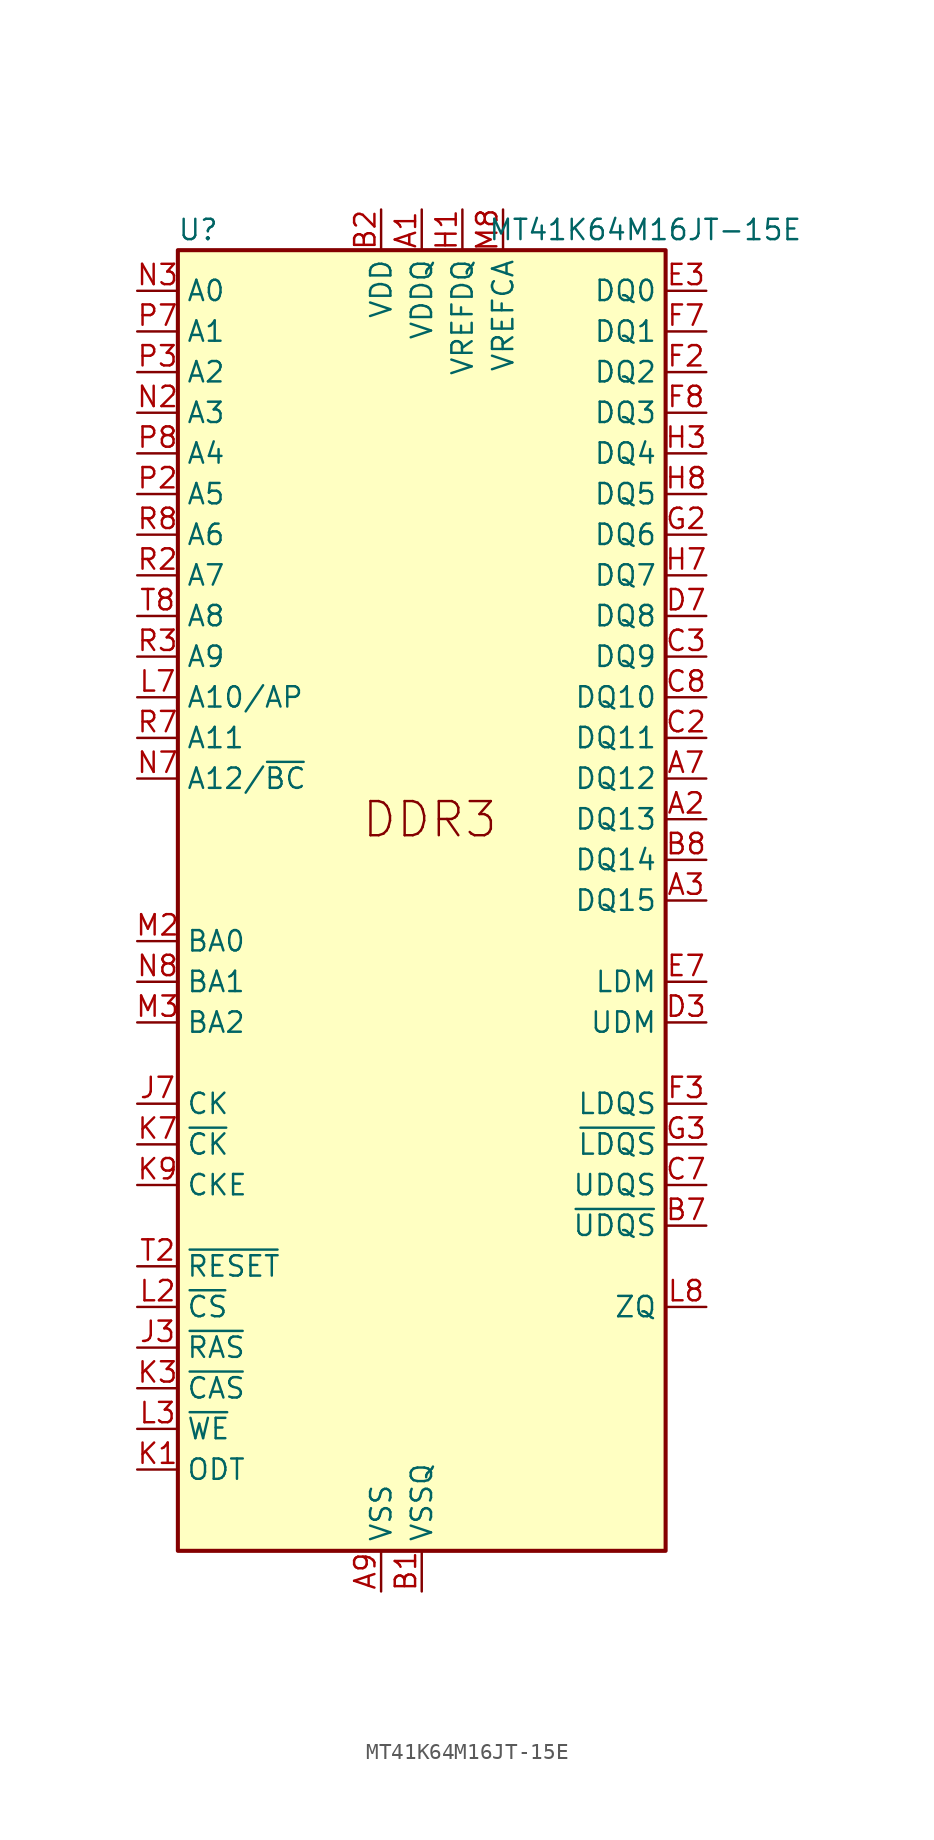
<source format=kicad_sym>
(kicad_symbol_lib
  (version 20220914)
  (generator kicad_symbol_editor)
  (symbol "MT41K64M16JT-15E"
    (property "Reference" "U"
      (at -13.97 41.91 0)
      (effects (font (size 1.27 1.27))))
    (property "Value" "MT41K64M16JT-15E"
      (at 13.97 41.91 0)
      (effects (font (size 1.27 1.27))))
    (symbol "MT41K64M16JT-15E_0_1"
      (rectangle (start -15.24 40.64) (end 15.24 -40.64) (stroke (width 0.254) (type default)) (fill (type background)))
      (pin power_in line (at 0 43.18 270) (length 2.54) (name "VDDQ" (effects (font (size 1.27 1.27)))) (number "A1" (effects (font (size 1.27 1.27)))))
      (pin passive line (at 0 43.18 270) (length 2.54) hide (name "VDDQ" (effects (font (size 1.27 1.27)))) (number "A8" (effects (font (size 1.27 1.27)))))
      (pin power_in line (at -2.54 -43.18 90) (length 2.54) (name "VSS" (effects (font (size 1.27 1.27)))) (number "A9" (effects (font (size 1.27 1.27)))))
      (pin power_in line (at 0 -43.18 90) (length 2.54) (name "VSSQ" (effects (font (size 1.27 1.27)))) (number "B1" (effects (font (size 1.27 1.27)))))
      (pin power_in line (at -2.54 43.18 270) (length 2.54) (name "VDD" (effects (font (size 1.27 1.27)))) (number "B2" (effects (font (size 1.27 1.27)))))
      (pin passive line (at -2.54 -43.18 90) (length 2.54) hide (name "VSS" (effects (font (size 1.27 1.27)))) (number "B3" (effects (font (size 1.27 1.27)))))
      (pin passive line (at 0 -43.18 90) (length 2.54) hide (name "VSSQ" (effects (font (size 1.27 1.27)))) (number "B9" (effects (font (size 1.27 1.27)))))
      (pin passive line (at 0 43.18 270) (length 2.54) hide (name "VDDQ" (effects (font (size 1.27 1.27)))) (number "C1" (effects (font (size 1.27 1.27)))))
      (pin passive line (at 0 43.18 270) (length 2.54) hide (name "VDDQ" (effects (font (size 1.27 1.27)))) (number "C9" (effects (font (size 1.27 1.27)))))
      (pin passive line (at 0 -43.18 90) (length 2.54) hide (name "VSSQ" (effects (font (size 1.27 1.27)))) (number "D1" (effects (font (size 1.27 1.27)))))
      (pin passive line (at 0 43.18 270) (length 2.54) hide (name "VDDQ" (effects (font (size 1.27 1.27)))) (number "D2" (effects (font (size 1.27 1.27)))))
      (pin passive line (at 0 -43.18 90) (length 2.54) hide (name "VSSQ" (effects (font (size 1.27 1.27)))) (number "D8" (effects (font (size 1.27 1.27)))))
      (pin passive line (at -2.54 43.18 270) (length 2.54) hide (name "VDD" (effects (font (size 1.27 1.27)))) (number "D9" (effects (font (size 1.27 1.27)))))
      (pin passive line (at -2.54 -43.18 90) (length 2.54) hide (name "VSS" (effects (font (size 1.27 1.27)))) (number "E1" (effects (font (size 1.27 1.27)))))
      (pin passive line (at 0 -43.18 90) (length 2.54) hide (name "VSSQ" (effects (font (size 1.27 1.27)))) (number "E2" (effects (font (size 1.27 1.27)))))
      (pin bidirectional line (at 17.78 38.1 180) (length 2.54) (name "DQ0" (effects (font (size 1.27 1.27)))) (number "E3" (effects (font (size 1.27 1.27)))))
      (pin passive line (at 0 -43.18 90) (length 2.54) hide (name "VSSQ" (effects (font (size 1.27 1.27)))) (number "E8" (effects (font (size 1.27 1.27)))))
      (pin passive line (at 0 43.18 270) (length 2.54) hide (name "VDDQ" (effects (font (size 1.27 1.27)))) (number "E9" (effects (font (size 1.27 1.27)))))
      (pin passive line (at 0 43.18 270) (length 2.54) hide (name "VDDQ" (effects (font (size 1.27 1.27)))) (number "F1" (effects (font (size 1.27 1.27)))))
      (pin bidirectional line (at 17.78 33.02 180) (length 2.54) (name "DQ2" (effects (font (size 1.27 1.27)))) (number "F2" (effects (font (size 1.27 1.27)))))
      (pin bidirectional line (at 17.78 35.56 180) (length 2.54) (name "DQ1" (effects (font (size 1.27 1.27)))) (number "F7" (effects (font (size 1.27 1.27)))))
      (pin bidirectional line (at 17.78 30.48 180) (length 2.54) (name "DQ3" (effects (font (size 1.27 1.27)))) (number "F8" (effects (font (size 1.27 1.27)))))
      (pin passive line (at 0 -43.18 90) (length 2.54) hide (name "VSSQ" (effects (font (size 1.27 1.27)))) (number "F9" (effects (font (size 1.27 1.27)))))
      (pin passive line (at 0 -43.18 90) (length 2.54) hide (name "VSSQ" (effects (font (size 1.27 1.27)))) (number "G1" (effects (font (size 1.27 1.27)))))
      (pin bidirectional line (at 17.78 22.86 180) (length 2.54) (name "DQ6" (effects (font (size 1.27 1.27)))) (number "G2" (effects (font (size 1.27 1.27)))))
      (pin passive line (at -2.54 43.18 270) (length 2.54) hide (name "VDD" (effects (font (size 1.27 1.27)))) (number "G7" (effects (font (size 1.27 1.27)))))
      (pin passive line (at -2.54 -43.18 90) (length 2.54) hide (name "VSS" (effects (font (size 1.27 1.27)))) (number "G8" (effects (font (size 1.27 1.27)))))
      (pin passive line (at 0 -43.18 90) (length 2.54) hide (name "VSSQ" (effects (font (size 1.27 1.27)))) (number "G9" (effects (font (size 1.27 1.27)))))
      (pin power_in line (at 2.54 43.18 270) (length 2.54) (name "VREFDQ" (effects (font (size 1.27 1.27)))) (number "H1" (effects (font (size 1.27 1.27)))))
      (pin passive line (at 0 43.18 270) (length 2.54) hide (name "VDDQ" (effects (font (size 1.27 1.27)))) (number "H2" (effects (font (size 1.27 1.27)))))
      (pin bidirectional line (at 17.78 27.94 180) (length 2.54) (name "DQ4" (effects (font (size 1.27 1.27)))) (number "H3" (effects (font (size 1.27 1.27)))))
      (pin bidirectional line (at 17.78 20.32 180) (length 2.54) (name "DQ7" (effects (font (size 1.27 1.27)))) (number "H7" (effects (font (size 1.27 1.27)))))
      (pin bidirectional line (at 17.78 25.4 180) (length 2.54) (name "DQ5" (effects (font (size 1.27 1.27)))) (number "H8" (effects (font (size 1.27 1.27)))))
      (pin passive line (at 0 43.18 270) (length 2.54) hide (name "VDDQ" (effects (font (size 1.27 1.27)))) (number "H9" (effects (font (size 1.27 1.27)))))
      (pin passive line (at -2.54 -43.18 90) (length 2.54) hide (name "VSS" (effects (font (size 1.27 1.27)))) (number "J2" (effects (font (size 1.27 1.27)))))
      (pin passive line (at -2.54 -43.18 90) (length 2.54) hide (name "VSS" (effects (font (size 1.27 1.27)))) (number "J8" (effects (font (size 1.27 1.27)))))
      (pin passive line (at -2.54 43.18 270) (length 2.54) hide (name "VDD" (effects (font (size 1.27 1.27)))) (number "K2" (effects (font (size 1.27 1.27)))))
      (pin passive line (at -2.54 43.18 270) (length 2.54) hide (name "VDD" (effects (font (size 1.27 1.27)))) (number "K8" (effects (font (size 1.27 1.27)))))
      (pin input line (at -17.78 -25.4 0) (length 2.54) (name "~{CS}" (effects (font (size 1.27 1.27)))) (number "L2" (effects (font (size 1.27 1.27)))))
      (pin input line (at -17.78 12.7 0) (length 2.54) (name "A10/AP" (effects (font (size 1.27 1.27)))) (number "L7" (effects (font (size 1.27 1.27)))))
      (pin passive line (at -2.54 -43.18 90) (length 2.54) hide (name "VSS" (effects (font (size 1.27 1.27)))) (number "M1" (effects (font (size 1.27 1.27)))))
      (pin passive line (at -2.54 -43.18 90) (length 2.54) hide (name "VSS" (effects (font (size 1.27 1.27)))) (number "M9" (effects (font (size 1.27 1.27)))))
      (pin passive line (at -2.54 43.18 270) (length 2.54) hide (name "VDD" (effects (font (size 1.27 1.27)))) (number "N1" (effects (font (size 1.27 1.27)))))
      (pin input line (at -17.78 30.48 0) (length 2.54) (name "A3" (effects (font (size 1.27 1.27)))) (number "N2" (effects (font (size 1.27 1.27)))))
      (pin input line (at -17.78 38.1 0) (length 2.54) (name "A0" (effects (font (size 1.27 1.27)))) (number "N3" (effects (font (size 1.27 1.27)))))
      (pin input line (at -17.78 7.62 0) (length 2.54) (name "A12/~{BC}" (effects (font (size 1.27 1.27)))) (number "N7" (effects (font (size 1.27 1.27)))))
      (pin passive line (at -2.54 43.18 270) (length 2.54) hide (name "VDD" (effects (font (size 1.27 1.27)))) (number "N9" (effects (font (size 1.27 1.27)))))
      (pin passive line (at -2.54 -43.18 90) (length 2.54) hide (name "VSS" (effects (font (size 1.27 1.27)))) (number "P1" (effects (font (size 1.27 1.27)))))
      (pin input line (at -17.78 25.4 0) (length 2.54) (name "A5" (effects (font (size 1.27 1.27)))) (number "P2" (effects (font (size 1.27 1.27)))))
      (pin input line (at -17.78 33.02 0) (length 2.54) (name "A2" (effects (font (size 1.27 1.27)))) (number "P3" (effects (font (size 1.27 1.27)))))
      (pin input line (at -17.78 35.56 0) (length 2.54) (name "A1" (effects (font (size 1.27 1.27)))) (number "P7" (effects (font (size 1.27 1.27)))))
      (pin input line (at -17.78 27.94 0) (length 2.54) (name "A4" (effects (font (size 1.27 1.27)))) (number "P8" (effects (font (size 1.27 1.27)))))
      (pin passive line (at -2.54 -43.18 90) (length 2.54) hide (name "VSS" (effects (font (size 1.27 1.27)))) (number "P9" (effects (font (size 1.27 1.27)))))
      (pin passive line (at -2.54 43.18 270) (length 2.54) hide (name "VDD" (effects (font (size 1.27 1.27)))) (number "R1" (effects (font (size 1.27 1.27)))))
      (pin input line (at -17.78 20.32 0) (length 2.54) (name "A7" (effects (font (size 1.27 1.27)))) (number "R2" (effects (font (size 1.27 1.27)))))
      (pin input line (at -17.78 15.24 0) (length 2.54) (name "A9" (effects (font (size 1.27 1.27)))) (number "R3" (effects (font (size 1.27 1.27)))))
      (pin input line (at -17.78 10.16 0) (length 2.54) (name "A11" (effects (font (size 1.27 1.27)))) (number "R7" (effects (font (size 1.27 1.27)))))
      (pin input line (at -17.78 22.86 0) (length 2.54) (name "A6" (effects (font (size 1.27 1.27)))) (number "R8" (effects (font (size 1.27 1.27)))))
      (pin passive line (at -2.54 43.18 270) (length 2.54) hide (name "VDD" (effects (font (size 1.27 1.27)))) (number "R9" (effects (font (size 1.27 1.27)))))
      (pin passive line (at -2.54 -43.18 90) (length 2.54) hide (name "VSS" (effects (font (size 1.27 1.27)))) (number "T1" (effects (font (size 1.27 1.27)))))
      (pin input line (at -17.78 -22.86 0) (length 2.54) (name "~{RESET}" (effects (font (size 1.27 1.27)))) (number "T2" (effects (font (size 1.27 1.27)))))
      (pin input line (at -17.78 17.78 0) (length 2.54) (name "A8" (effects (font (size 1.27 1.27)))) (number "T8" (effects (font (size 1.27 1.27)))))
      (pin passive line (at -2.54 -43.18 90) (length 2.54) hide (name "VSS" (effects (font (size 1.27 1.27)))) (number "T9" (effects (font (size 1.27 1.27))))))
    (symbol "MT41K64M16JT-15E_1_1"
      (text "DDR3" (at -3.81 3.81 0) (effects (font (size 2.134 2.134)) (justify left bottom)))
      (pin bidirectional line (at 17.78 5.08 180) (length 2.54) (name "DQ13" (effects (font (size 1.27 1.27)))) (number "A2" (effects (font (size 1.27 1.27)))))
      (pin bidirectional line (at 17.78 0 180) (length 2.54) (name "DQ15" (effects (font (size 1.27 1.27)))) (number "A3" (effects (font (size 1.27 1.27)))))
      (pin bidirectional line (at 17.78 7.62 180) (length 2.54) (name "DQ12" (effects (font (size 1.27 1.27)))) (number "A7" (effects (font (size 1.27 1.27)))))
      (pin bidirectional line (at 17.78 -20.32 180) (length 2.54) (name "~{UDQS}" (effects (font (size 1.27 1.27)))) (number "B7" (effects (font (size 1.27 1.27)))))
      (pin bidirectional line (at 17.78 2.54 180) (length 2.54) (name "DQ14" (effects (font (size 1.27 1.27)))) (number "B8" (effects (font (size 1.27 1.27)))))
      (pin bidirectional line (at 17.78 10.16 180) (length 2.54) (name "DQ11" (effects (font (size 1.27 1.27)))) (number "C2" (effects (font (size 1.27 1.27)))))
      (pin bidirectional line (at 17.78 15.24 180) (length 2.54) (name "DQ9" (effects (font (size 1.27 1.27)))) (number "C3" (effects (font (size 1.27 1.27)))))
      (pin bidirectional line (at 17.78 -17.78 180) (length 2.54) (name "UDQS" (effects (font (size 1.27 1.27)))) (number "C7" (effects (font (size 1.27 1.27)))))
      (pin bidirectional line (at 17.78 12.7 180) (length 2.54) (name "DQ10" (effects (font (size 1.27 1.27)))) (number "C8" (effects (font (size 1.27 1.27)))))
      (pin input line (at 17.78 -7.62 180) (length 2.54) (name "UDM" (effects (font (size 1.27 1.27)))) (number "D3" (effects (font (size 1.27 1.27)))))
      (pin bidirectional line (at 17.78 17.78 180) (length 2.54) (name "DQ8" (effects (font (size 1.27 1.27)))) (number "D7" (effects (font (size 1.27 1.27)))))
      (pin input line (at 17.78 -5.08 180) (length 2.54) (name "LDM" (effects (font (size 1.27 1.27)))) (number "E7" (effects (font (size 1.27 1.27)))))
      (pin bidirectional line (at 17.78 -12.7 180) (length 2.54) (name "LDQS" (effects (font (size 1.27 1.27)))) (number "F3" (effects (font (size 1.27 1.27)))))
      (pin bidirectional line (at 17.78 -15.24 180) (length 2.54) (name "~{LDQS}" (effects (font (size 1.27 1.27)))) (number "G3" (effects (font (size 1.27 1.27)))))
      (pin no_connect line (at 15.24 -27.94 180) (length 2.54) hide (name "NC" (effects (font (size 1.27 1.27)))) (number "J1" (effects (font (size 1.27 1.27)))))
      (pin input line (at -17.78 -27.94 0) (length 2.54) (name "~{RAS}" (effects (font (size 1.27 1.27)))) (number "J3" (effects (font (size 1.27 1.27)))))
      (pin input line (at -17.78 -12.7 0) (length 2.54) (name "CK" (effects (font (size 1.27 1.27)))) (number "J7" (effects (font (size 1.27 1.27)))))
      (pin no_connect line (at 15.24 -30.48 180) (length 2.54) hide (name "NC" (effects (font (size 1.27 1.27)))) (number "J9" (effects (font (size 1.27 1.27)))))
      (pin input line (at -17.78 -35.56 0) (length 2.54) (name "ODT" (effects (font (size 1.27 1.27)))) (number "K1" (effects (font (size 1.27 1.27)))))
      (pin input line (at -17.78 -30.48 0) (length 2.54) (name "~{CAS}" (effects (font (size 1.27 1.27)))) (number "K3" (effects (font (size 1.27 1.27)))))
      (pin input line (at -17.78 -15.24 0) (length 2.54) (name "~{CK}" (effects (font (size 1.27 1.27)))) (number "K7" (effects (font (size 1.27 1.27)))))
      (pin input line (at -17.78 -17.78 0) (length 2.54) (name "CKE" (effects (font (size 1.27 1.27)))) (number "K9" (effects (font (size 1.27 1.27)))))
      (pin no_connect line (at 15.24 -33.02 180) (length 2.54) hide (name "NC" (effects (font (size 1.27 1.27)))) (number "L1" (effects (font (size 1.27 1.27)))))
      (pin input line (at -17.78 -33.02 0) (length 2.54) (name "~{WE}" (effects (font (size 1.27 1.27)))) (number "L3" (effects (font (size 1.27 1.27)))))
      (pin input line (at 17.78 -25.4 180) (length 2.54) (name "ZQ" (effects (font (size 1.27 1.27)))) (number "L8" (effects (font (size 1.27 1.27)))))
      (pin no_connect line (at 15.24 -35.56 180) (length 2.54) hide (name "NC" (effects (font (size 1.27 1.27)))) (number "L9" (effects (font (size 1.27 1.27)))))
      (pin input line (at -17.78 -2.54 0) (length 2.54) (name "BA0" (effects (font (size 1.27 1.27)))) (number "M2" (effects (font (size 1.27 1.27)))))
      (pin input line (at -17.78 -7.62 0) (length 2.54) (name "BA2" (effects (font (size 1.27 1.27)))) (number "M3" (effects (font (size 1.27 1.27)))))
      (pin no_connect line (at 15.24 -38.1 180) (length 2.54) hide (name "NC" (effects (font (size 1.27 1.27)))) (number "M7" (effects (font (size 1.27 1.27)))))
      (pin power_in line (at 5.08 43.18 270) (length 2.54) (name "VREFCA" (effects (font (size 1.27 1.27)))) (number "M8" (effects (font (size 1.27 1.27)))))
      (pin input line (at -17.78 -5.08 0) (length 2.54) (name "BA1" (effects (font (size 1.27 1.27)))) (number "N8" (effects (font (size 1.27 1.27))))))))
</source>
